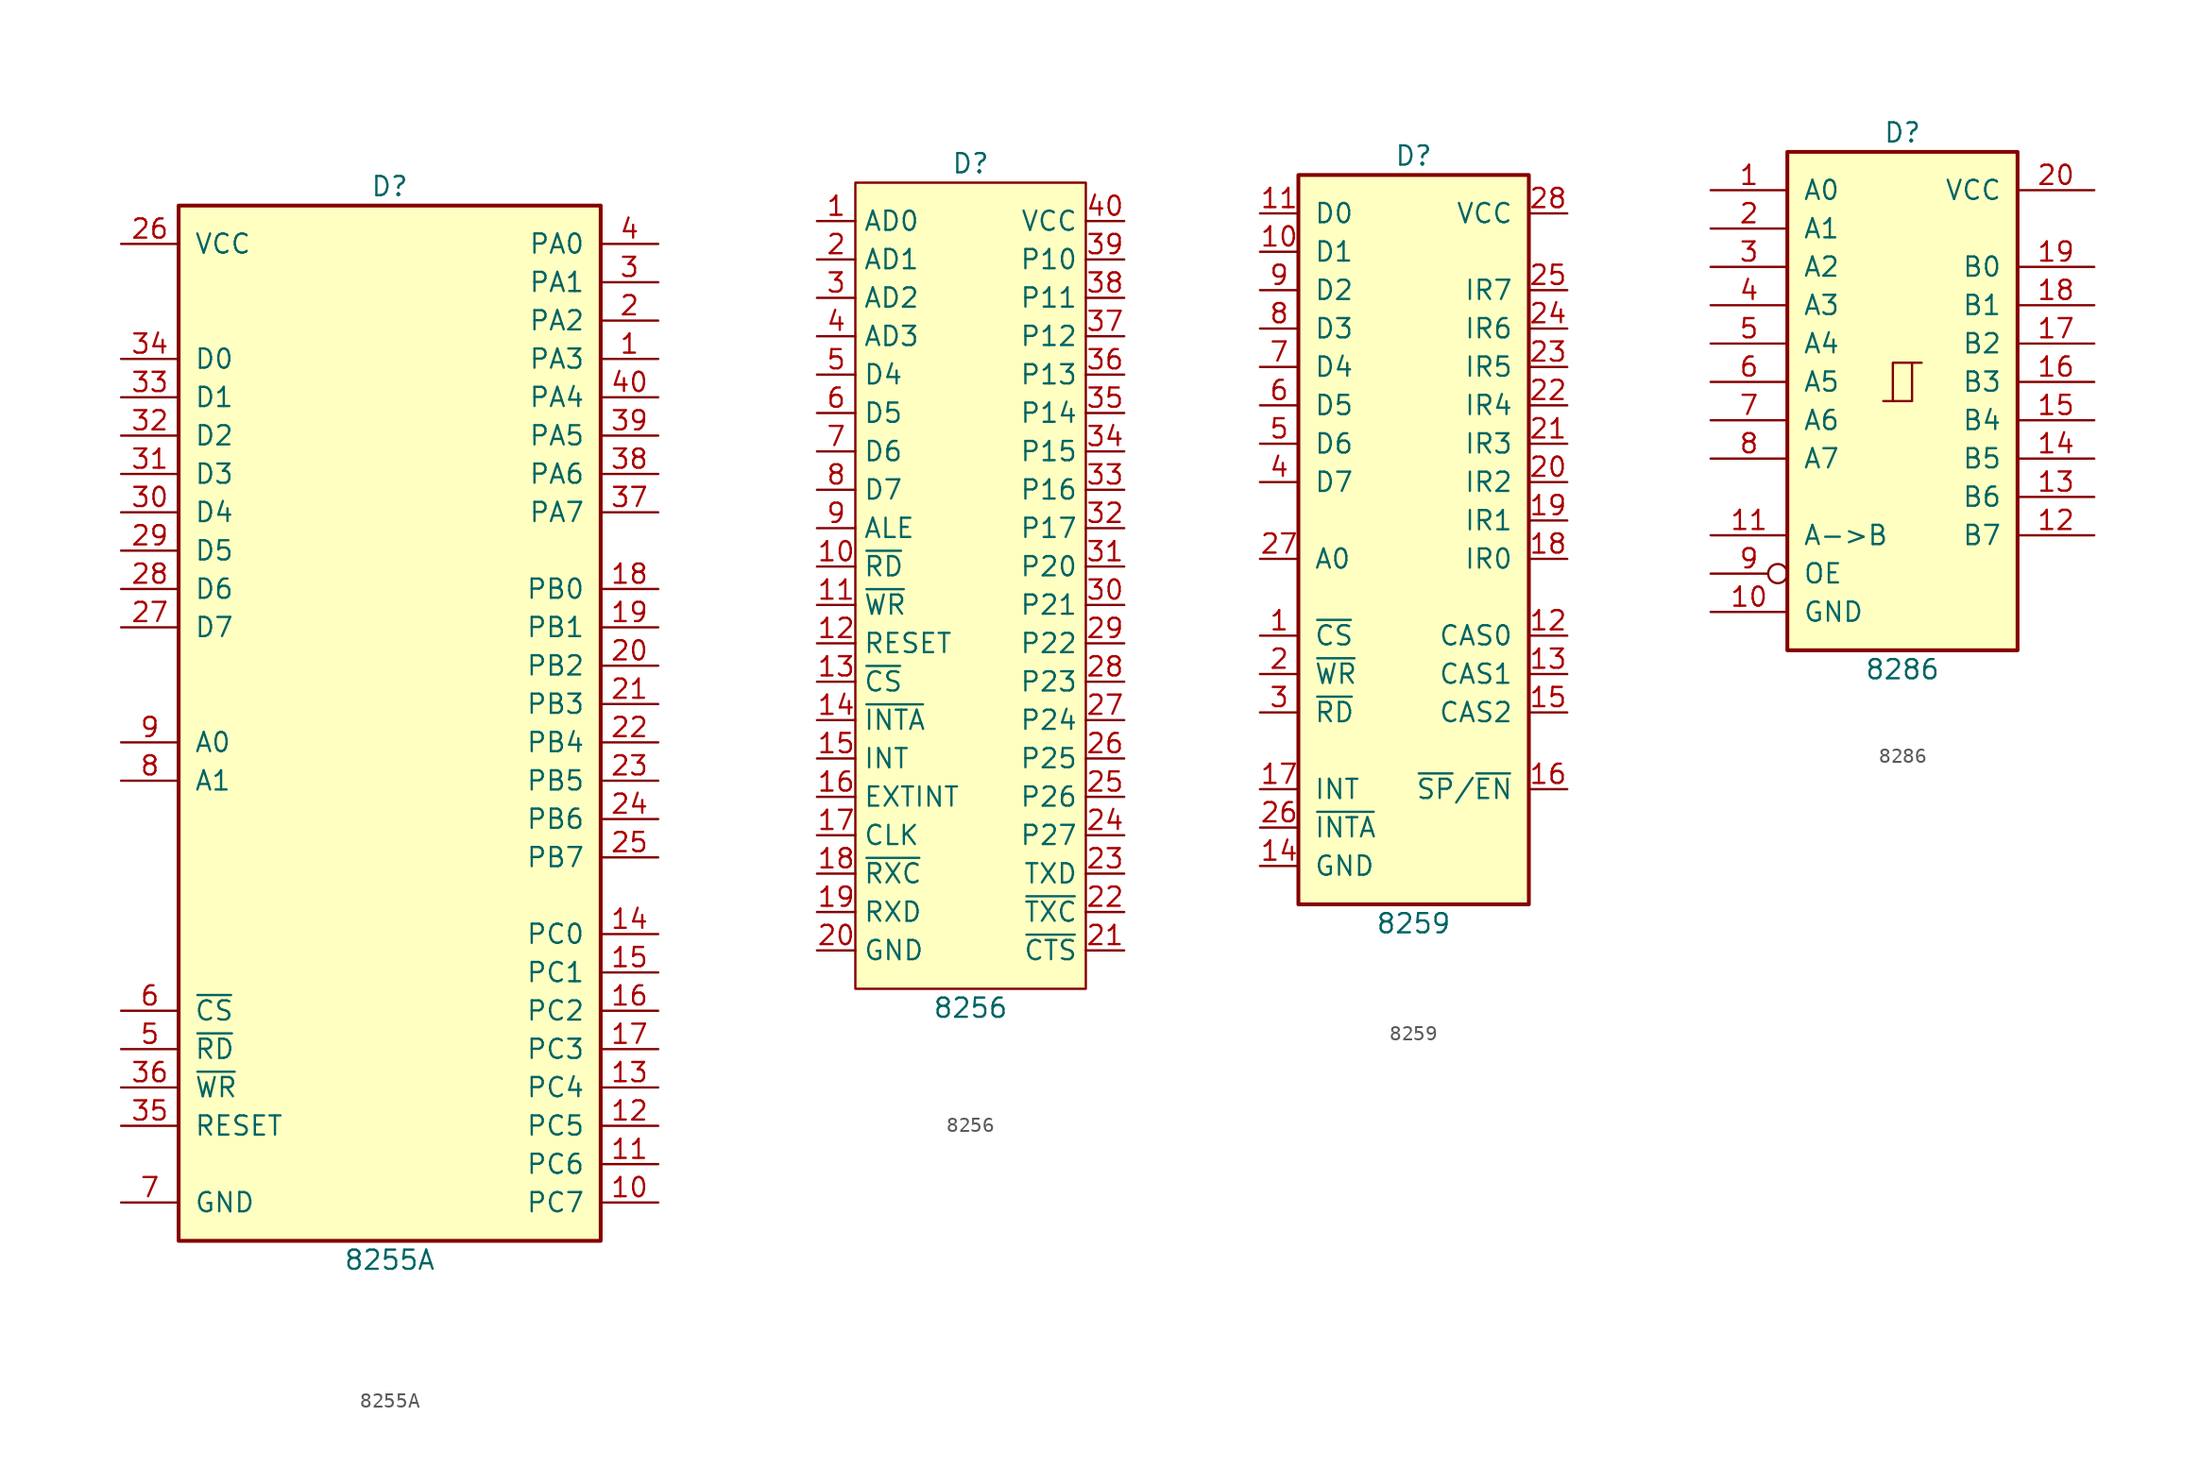
<source format=kicad_sym>
(kicad_symbol_lib
  (version 20241209)
  (generator "kicad_symbol_editor")
  (generator_version "9.0")
  (symbol "8255A"
    (pin_names
      (offset 1.016))
    (property "Reference" "D"
      (at 0 34.29 0)
      (do_not_autoplace)
      (effects (font (size 1.27 1.27))))
    (property "Value" "8255A"
      (at 0 -36.83 0)
      (do_not_autoplace)
      (effects (font (size 1.27 1.27))))
    (symbol "8255A_1_1"
      (rectangle (start -13.97 33.02) (end 13.97 -35.56) (stroke (width 0.254) (type default)) (fill (type background)))
      (pin power_in line (at -17.78 30.48 0) (length 3.81) (name "VCC" (effects (font (size 1.27 1.27)))) (number "26" (effects (font (size 1.27 1.27)))))
      (pin bidirectional line (at -17.78 22.86 0) (length 3.81) (name "D0" (effects (font (size 1.27 1.27)))) (number "34" (effects (font (size 1.27 1.27)))))
      (pin bidirectional line (at -17.78 20.32 0) (length 3.81) (name "D1" (effects (font (size 1.27 1.27)))) (number "33" (effects (font (size 1.27 1.27)))))
      (pin bidirectional line (at -17.78 17.78 0) (length 3.81) (name "D2" (effects (font (size 1.27 1.27)))) (number "32" (effects (font (size 1.27 1.27)))))
      (pin bidirectional line (at -17.78 15.24 0) (length 3.81) (name "D3" (effects (font (size 1.27 1.27)))) (number "31" (effects (font (size 1.27 1.27)))))
      (pin bidirectional line (at -17.78 12.7 0) (length 3.81) (name "D4" (effects (font (size 1.27 1.27)))) (number "30" (effects (font (size 1.27 1.27)))))
      (pin bidirectional line (at -17.78 10.16 0) (length 3.81) (name "D5" (effects (font (size 1.27 1.27)))) (number "29" (effects (font (size 1.27 1.27)))))
      (pin bidirectional line (at -17.78 7.62 0) (length 3.81) (name "D6" (effects (font (size 1.27 1.27)))) (number "28" (effects (font (size 1.27 1.27)))))
      (pin bidirectional line (at -17.78 5.08 0) (length 3.81) (name "D7" (effects (font (size 1.27 1.27)))) (number "27" (effects (font (size 1.27 1.27)))))
      (pin input line (at -17.78 -2.54 0) (length 3.81) (name "A0" (effects (font (size 1.27 1.27)))) (number "9" (effects (font (size 1.27 1.27)))))
      (pin input line (at -17.78 -5.08 0) (length 3.81) (name "A1" (effects (font (size 1.27 1.27)))) (number "8" (effects (font (size 1.27 1.27)))))
      (pin input line (at -17.78 -20.32 0) (length 3.81) (name "~{CS}" (effects (font (size 1.27 1.27)))) (number "6" (effects (font (size 1.27 1.27)))))
      (pin input line (at -17.78 -22.86 0) (length 3.81) (name "~{RD}" (effects (font (size 1.27 1.27)))) (number "5" (effects (font (size 1.27 1.27)))))
      (pin input line (at -17.78 -25.4 0) (length 3.81) (name "~{WR}" (effects (font (size 1.27 1.27)))) (number "36" (effects (font (size 1.27 1.27)))))
      (pin input line (at -17.78 -27.94 0) (length 3.81) (name "RESET" (effects (font (size 1.27 1.27)))) (number "35" (effects (font (size 1.27 1.27)))))
      (pin power_in line (at -17.78 -33.02 0) (length 3.81) (name "GND" (effects (font (size 1.27 1.27)))) (number "7" (effects (font (size 1.27 1.27)))))
      (pin bidirectional line (at 17.78 30.48 180) (length 3.81) (name "PA0" (effects (font (size 1.27 1.27)))) (number "4" (effects (font (size 1.27 1.27)))))
      (pin bidirectional line (at 17.78 27.94 180) (length 3.81) (name "PA1" (effects (font (size 1.27 1.27)))) (number "3" (effects (font (size 1.27 1.27)))))
      (pin bidirectional line (at 17.78 25.4 180) (length 3.81) (name "PA2" (effects (font (size 1.27 1.27)))) (number "2" (effects (font (size 1.27 1.27)))))
      (pin bidirectional line (at 17.78 22.86 180) (length 3.81) (name "PA3" (effects (font (size 1.27 1.27)))) (number "1" (effects (font (size 1.27 1.27)))))
      (pin bidirectional line (at 17.78 20.32 180) (length 3.81) (name "PA4" (effects (font (size 1.27 1.27)))) (number "40" (effects (font (size 1.27 1.27)))))
      (pin bidirectional line (at 17.78 17.78 180) (length 3.81) (name "PA5" (effects (font (size 1.27 1.27)))) (number "39" (effects (font (size 1.27 1.27)))))
      (pin bidirectional line (at 17.78 15.24 180) (length 3.81) (name "PA6" (effects (font (size 1.27 1.27)))) (number "38" (effects (font (size 1.27 1.27)))))
      (pin bidirectional line (at 17.78 12.7 180) (length 3.81) (name "PA7" (effects (font (size 1.27 1.27)))) (number "37" (effects (font (size 1.27 1.27)))))
      (pin bidirectional line (at 17.78 7.62 180) (length 3.81) (name "PB0" (effects (font (size 1.27 1.27)))) (number "18" (effects (font (size 1.27 1.27)))))
      (pin bidirectional line (at 17.78 5.08 180) (length 3.81) (name "PB1" (effects (font (size 1.27 1.27)))) (number "19" (effects (font (size 1.27 1.27)))))
      (pin bidirectional line (at 17.78 2.54 180) (length 3.81) (name "PB2" (effects (font (size 1.27 1.27)))) (number "20" (effects (font (size 1.27 1.27)))))
      (pin bidirectional line (at 17.78 0 180) (length 3.81) (name "PB3" (effects (font (size 1.27 1.27)))) (number "21" (effects (font (size 1.27 1.27)))))
      (pin bidirectional line (at 17.78 -2.54 180) (length 3.81) (name "PB4" (effects (font (size 1.27 1.27)))) (number "22" (effects (font (size 1.27 1.27)))))
      (pin bidirectional line (at 17.78 -5.08 180) (length 3.81) (name "PB5" (effects (font (size 1.27 1.27)))) (number "23" (effects (font (size 1.27 1.27)))))
      (pin bidirectional line (at 17.78 -7.62 180) (length 3.81) (name "PB6" (effects (font (size 1.27 1.27)))) (number "24" (effects (font (size 1.27 1.27)))))
      (pin bidirectional line (at 17.78 -10.16 180) (length 3.81) (name "PB7" (effects (font (size 1.27 1.27)))) (number "25" (effects (font (size 1.27 1.27)))))
      (pin bidirectional line (at 17.78 -15.24 180) (length 3.81) (name "PC0" (effects (font (size 1.27 1.27)))) (number "14" (effects (font (size 1.27 1.27)))))
      (pin bidirectional line (at 17.78 -17.78 180) (length 3.81) (name "PC1" (effects (font (size 1.27 1.27)))) (number "15" (effects (font (size 1.27 1.27)))))
      (pin bidirectional line (at 17.78 -20.32 180) (length 3.81) (name "PC2" (effects (font (size 1.27 1.27)))) (number "16" (effects (font (size 1.27 1.27)))))
      (pin bidirectional line (at 17.78 -22.86 180) (length 3.81) (name "PC3" (effects (font (size 1.27 1.27)))) (number "17" (effects (font (size 1.27 1.27)))))
      (pin bidirectional line (at 17.78 -25.4 180) (length 3.81) (name "PC4" (effects (font (size 1.27 1.27)))) (number "13" (effects (font (size 1.27 1.27)))))
      (pin bidirectional line (at 17.78 -27.94 180) (length 3.81) (name "PC5" (effects (font (size 1.27 1.27)))) (number "12" (effects (font (size 1.27 1.27)))))
      (pin bidirectional line (at 17.78 -30.48 180) (length 3.81) (name "PC6" (effects (font (size 1.27 1.27)))) (number "11" (effects (font (size 1.27 1.27)))))
      (pin bidirectional line (at 17.78 -33.02 180) (length 3.81) (name "PC7" (effects (font (size 1.27 1.27)))) (number "10" (effects (font (size 1.27 1.27)))))))
  (symbol "8256"
    (property "Reference" "D"
      (at 0 1.27 0)
      (do_not_autoplace)
      (effects (font (size 1.27 1.27))))
    (property "Value" "8256"
      (at 0 -54.61 0)
      (do_not_autoplace)
      (effects (font (size 1.27 1.27))))
    (symbol "8256_0_0"
      (pin bidirectional line (at -10.16 -2.54 0) (length 2.54) (name "AD0" (effects (font (size 1.27 1.27)))) (number "1" (effects (font (size 1.27 1.27)))))
      (pin bidirectional line (at -10.16 -5.08 0) (length 2.54) (name "AD1" (effects (font (size 1.27 1.27)))) (number "2" (effects (font (size 1.27 1.27)))))
      (pin bidirectional line (at -10.16 -7.62 0) (length 2.54) (name "AD2" (effects (font (size 1.27 1.27)))) (number "3" (effects (font (size 1.27 1.27)))))
      (pin bidirectional line (at -10.16 -10.16 0) (length 2.54) (name "AD3" (effects (font (size 1.27 1.27)))) (number "4" (effects (font (size 1.27 1.27)))))
      (pin bidirectional line (at -10.16 -12.7 0) (length 2.54) (name "D4" (effects (font (size 1.27 1.27)))) (number "5" (effects (font (size 1.27 1.27)))))
      (pin bidirectional line (at -10.16 -15.24 0) (length 2.54) (name "D5" (effects (font (size 1.27 1.27)))) (number "6" (effects (font (size 1.27 1.27)))))
      (pin bidirectional line (at -10.16 -17.78 0) (length 2.54) (name "D6" (effects (font (size 1.27 1.27)))) (number "7" (effects (font (size 1.27 1.27)))))
      (pin bidirectional line (at -10.16 -20.32 0) (length 2.54) (name "D7" (effects (font (size 1.27 1.27)))) (number "8" (effects (font (size 1.27 1.27)))))
      (pin input line (at -10.16 -22.86 0) (length 2.54) (name "ALE" (effects (font (size 1.27 1.27)))) (number "9" (effects (font (size 1.27 1.27)))))
      (pin input line (at -10.16 -25.4 0) (length 2.54) (name "~{RD}" (effects (font (size 1.27 1.27)))) (number "10" (effects (font (size 1.27 1.27)))))
      (pin input line (at -10.16 -27.94 0) (length 2.54) (name "~{WR}" (effects (font (size 1.27 1.27)))) (number "11" (effects (font (size 1.27 1.27)))))
      (pin input line (at -10.16 -30.48 0) (length 2.54) (name "RESET" (effects (font (size 1.27 1.27)))) (number "12" (effects (font (size 1.27 1.27)))))
      (pin input line (at -10.16 -33.02 0) (length 2.54) (name "~{CS}" (effects (font (size 1.27 1.27)))) (number "13" (effects (font (size 1.27 1.27)))))
      (pin input line (at -10.16 -35.56 0) (length 2.54) (name "~{INTA}" (effects (font (size 1.27 1.27)))) (number "14" (effects (font (size 1.27 1.27)))))
      (pin output line (at -10.16 -38.1 0) (length 2.54) (name "INT" (effects (font (size 1.27 1.27)))) (number "15" (effects (font (size 1.27 1.27)))))
      (pin input line (at -10.16 -40.64 0) (length 2.54) (name "EXTINT" (effects (font (size 1.27 1.27)))) (number "16" (effects (font (size 1.27 1.27)))))
      (pin input line (at -10.16 -43.18 0) (length 2.54) (name "CLK" (effects (font (size 1.27 1.27)))) (number "17" (effects (font (size 1.27 1.27)))))
      (pin input line (at -10.16 -45.72 0) (length 2.54) (name "~{RXC}" (effects (font (size 1.27 1.27)))) (number "18" (effects (font (size 1.27 1.27)))))
      (pin input line (at -10.16 -48.26 0) (length 2.54) (name "RXD" (effects (font (size 1.27 1.27)))) (number "19" (effects (font (size 1.27 1.27)))))
      (pin power_in line (at -10.16 -50.8 0) (length 2.54) (name "GND" (effects (font (size 1.27 1.27)))) (number "20" (effects (font (size 1.27 1.27)))))
      (pin power_in line (at 10.16 -2.54 180) (length 2.54) (name "VCC" (effects (font (size 1.27 1.27)))) (number "40" (effects (font (size 1.27 1.27)))))
      (pin bidirectional line (at 10.16 -5.08 180) (length 2.54) (name "P10" (effects (font (size 1.27 1.27)))) (number "39" (effects (font (size 1.27 1.27)))))
      (pin bidirectional line (at 10.16 -7.62 180) (length 2.54) (name "P11" (effects (font (size 1.27 1.27)))) (number "38" (effects (font (size 1.27 1.27)))))
      (pin bidirectional line (at 10.16 -10.16 180) (length 2.54) (name "P12" (effects (font (size 1.27 1.27)))) (number "37" (effects (font (size 1.27 1.27)))))
      (pin bidirectional line (at 10.16 -12.7 180) (length 2.54) (name "P13" (effects (font (size 1.27 1.27)))) (number "36" (effects (font (size 1.27 1.27)))))
      (pin bidirectional line (at 10.16 -15.24 180) (length 2.54) (name "P14" (effects (font (size 1.27 1.27)))) (number "35" (effects (font (size 1.27 1.27)))))
      (pin bidirectional line (at 10.16 -17.78 180) (length 2.54) (name "P15" (effects (font (size 1.27 1.27)))) (number "34" (effects (font (size 1.27 1.27)))))
      (pin bidirectional line (at 10.16 -20.32 180) (length 2.54) (name "P16" (effects (font (size 1.27 1.27)))) (number "33" (effects (font (size 1.27 1.27)))))
      (pin bidirectional line (at 10.16 -22.86 180) (length 2.54) (name "P17" (effects (font (size 1.27 1.27)))) (number "32" (effects (font (size 1.27 1.27)))))
      (pin bidirectional line (at 10.16 -25.4 180) (length 2.54) (name "P20" (effects (font (size 1.27 1.27)))) (number "31" (effects (font (size 1.27 1.27)))))
      (pin bidirectional line (at 10.16 -27.94 180) (length 2.54) (name "P21" (effects (font (size 1.27 1.27)))) (number "30" (effects (font (size 1.27 1.27)))))
      (pin bidirectional line (at 10.16 -30.48 180) (length 2.54) (name "P22" (effects (font (size 1.27 1.27)))) (number "29" (effects (font (size 1.27 1.27)))))
      (pin bidirectional line (at 10.16 -33.02 180) (length 2.54) (name "P23" (effects (font (size 1.27 1.27)))) (number "28" (effects (font (size 1.27 1.27)))))
      (pin bidirectional line (at 10.16 -35.56 180) (length 2.54) (name "P24" (effects (font (size 1.27 1.27)))) (number "27" (effects (font (size 1.27 1.27)))))
      (pin bidirectional line (at 10.16 -38.1 180) (length 2.54) (name "P25" (effects (font (size 1.27 1.27)))) (number "26" (effects (font (size 1.27 1.27)))))
      (pin bidirectional line (at 10.16 -40.64 180) (length 2.54) (name "P26" (effects (font (size 1.27 1.27)))) (number "25" (effects (font (size 1.27 1.27)))))
      (pin bidirectional line (at 10.16 -43.18 180) (length 2.54) (name "P27" (effects (font (size 1.27 1.27)))) (number "24" (effects (font (size 1.27 1.27)))))
      (pin output line (at 10.16 -45.72 180) (length 2.54) (name "TXD" (effects (font (size 1.27 1.27)))) (number "23" (effects (font (size 1.27 1.27)))))
      (pin output line (at 10.16 -48.26 180) (length 2.54) (name "~{TXC}" (effects (font (size 1.27 1.27)))) (number "22" (effects (font (size 1.27 1.27)))))
      (pin input line (at 10.16 -50.8 180) (length 2.54) (name "~{CTS}" (effects (font (size 1.27 1.27)))) (number "21" (effects (font (size 1.27 1.27))))))
    (symbol "8256_0_1"
      (rectangle (start -7.62 0) (end 7.62 -53.34) (stroke (width 0) (type default)) (fill (type background)))))
  (symbol "8259"
    (pin_names
      (offset 1.016))
    (property "Reference" "D"
      (at 0 24.13 0)
      (do_not_autoplace)
      (effects (font (size 1.27 1.27))))
    (property "Value" "8259"
      (at 0 -26.67 0)
      (do_not_autoplace)
      (effects (font (size 1.27 1.27))))
    (symbol "8259_0_1"
      (rectangle (start -7.62 22.86) (end 7.62 -25.4) (stroke (width 0.254) (type default)) (fill (type background))))
    (symbol "8259_1_1"
      (pin bidirectional line (at -10.16 20.32 0) (length 2.54) (name "D0" (effects (font (size 1.27 1.27)))) (number "11" (effects (font (size 1.27 1.27)))))
      (pin bidirectional line (at -10.16 17.78 0) (length 2.54) (name "D1" (effects (font (size 1.27 1.27)))) (number "10" (effects (font (size 1.27 1.27)))))
      (pin bidirectional line (at -10.16 15.24 0) (length 2.54) (name "D2" (effects (font (size 1.27 1.27)))) (number "9" (effects (font (size 1.27 1.27)))))
      (pin bidirectional line (at -10.16 12.7 0) (length 2.54) (name "D3" (effects (font (size 1.27 1.27)))) (number "8" (effects (font (size 1.27 1.27)))))
      (pin bidirectional line (at -10.16 10.16 0) (length 2.54) (name "D4" (effects (font (size 1.27 1.27)))) (number "7" (effects (font (size 1.27 1.27)))))
      (pin bidirectional line (at -10.16 7.62 0) (length 2.54) (name "D5" (effects (font (size 1.27 1.27)))) (number "6" (effects (font (size 1.27 1.27)))))
      (pin bidirectional line (at -10.16 5.08 0) (length 2.54) (name "D6" (effects (font (size 1.27 1.27)))) (number "5" (effects (font (size 1.27 1.27)))))
      (pin bidirectional line (at -10.16 2.54 0) (length 2.54) (name "D7" (effects (font (size 1.27 1.27)))) (number "4" (effects (font (size 1.27 1.27)))))
      (pin input line (at -10.16 -2.54 0) (length 2.54) (name "A0" (effects (font (size 1.27 1.27)))) (number "27" (effects (font (size 1.27 1.27)))))
      (pin input line (at -10.16 -7.62 0) (length 2.54) (name "~{CS}" (effects (font (size 1.27 1.27)))) (number "1" (effects (font (size 1.27 1.27)))))
      (pin input line (at -10.16 -10.16 0) (length 2.54) (name "~{WR}" (effects (font (size 1.27 1.27)))) (number "2" (effects (font (size 1.27 1.27)))))
      (pin input line (at -10.16 -12.7 0) (length 2.54) (name "~{RD}" (effects (font (size 1.27 1.27)))) (number "3" (effects (font (size 1.27 1.27)))))
      (pin output line (at -10.16 -17.78 0) (length 2.54) (name "INT" (effects (font (size 1.27 1.27)))) (number "17" (effects (font (size 1.27 1.27)))))
      (pin input line (at -10.16 -20.32 0) (length 2.54) (name "~{INTA}" (effects (font (size 1.27 1.27)))) (number "26" (effects (font (size 1.27 1.27)))))
      (pin power_in line (at -10.16 -22.86 0) (length 2.54) (name "GND" (effects (font (size 1.27 1.27)))) (number "14" (effects (font (size 1.27 1.27)))))
      (pin power_in line (at 10.16 20.32 180) (length 2.54) (name "VCC" (effects (font (size 1.27 1.27)))) (number "28" (effects (font (size 1.27 1.27)))))
      (pin input line (at 10.16 15.24 180) (length 2.54) (name "IR7" (effects (font (size 1.27 1.27)))) (number "25" (effects (font (size 1.27 1.27)))))
      (pin input line (at 10.16 12.7 180) (length 2.54) (name "IR6" (effects (font (size 1.27 1.27)))) (number "24" (effects (font (size 1.27 1.27)))))
      (pin input line (at 10.16 10.16 180) (length 2.54) (name "IR5" (effects (font (size 1.27 1.27)))) (number "23" (effects (font (size 1.27 1.27)))))
      (pin input line (at 10.16 7.62 180) (length 2.54) (name "IR4" (effects (font (size 1.27 1.27)))) (number "22" (effects (font (size 1.27 1.27)))))
      (pin input line (at 10.16 5.08 180) (length 2.54) (name "IR3" (effects (font (size 1.27 1.27)))) (number "21" (effects (font (size 1.27 1.27)))))
      (pin input line (at 10.16 2.54 180) (length 2.54) (name "IR2" (effects (font (size 1.27 1.27)))) (number "20" (effects (font (size 1.27 1.27)))))
      (pin input line (at 10.16 0 180) (length 2.54) (name "IR1" (effects (font (size 1.27 1.27)))) (number "19" (effects (font (size 1.27 1.27)))))
      (pin input line (at 10.16 -2.54 180) (length 2.54) (name "IR0" (effects (font (size 1.27 1.27)))) (number "18" (effects (font (size 1.27 1.27)))))
      (pin input line (at 10.16 -7.62 180) (length 2.54) (name "CAS0" (effects (font (size 1.27 1.27)))) (number "12" (effects (font (size 1.27 1.27)))))
      (pin output line (at 10.16 -10.16 180) (length 2.54) (name "CAS1" (effects (font (size 1.27 1.27)))) (number "13" (effects (font (size 1.27 1.27)))))
      (pin output line (at 10.16 -12.7 180) (length 2.54) (name "CAS2" (effects (font (size 1.27 1.27)))) (number "15" (effects (font (size 1.27 1.27)))))
      (pin bidirectional line (at 10.16 -17.78 180) (length 2.54) (name "~{SP}/~{EN}" (effects (font (size 1.27 1.27)))) (number "16" (effects (font (size 1.27 1.27)))))))
  (symbol "8286"
    (pin_names
      (offset 1.016))
    (property "Reference" "D"
      (at 0 16.51 0)
      (do_not_autoplace)
      (effects (font (size 1.27 1.27))))
    (property "Value" "8286"
      (at 0 -19.05 0)
      (do_not_autoplace)
      (effects (font (size 1.27 1.27))))
    (symbol "8286_1_0"
      (polyline (pts (xy -1.27 -1.27) (xy 0.635 -1.27) (xy 0.635 1.27) (xy 1.27 1.27)) (stroke (width 0) (type default)) (fill (type none)))
      (polyline (pts (xy -0.635 -1.27) (xy -0.635 1.27) (xy 0.635 1.27)) (stroke (width 0) (type default)) (fill (type none)))
      (pin bidirectional line (at -12.7 12.7 0) (length 5.08) (name "A0" (effects (font (size 1.27 1.27)))) (number "1" (effects (font (size 1.27 1.27)))))
      (pin bidirectional line (at -12.7 10.16 0) (length 5.08) (name "A1" (effects (font (size 1.27 1.27)))) (number "2" (effects (font (size 1.27 1.27)))))
      (pin bidirectional line (at -12.7 7.62 0) (length 5.08) (name "A2" (effects (font (size 1.27 1.27)))) (number "3" (effects (font (size 1.27 1.27)))))
      (pin bidirectional line (at -12.7 5.08 0) (length 5.08) (name "A3" (effects (font (size 1.27 1.27)))) (number "4" (effects (font (size 1.27 1.27)))))
      (pin bidirectional line (at -12.7 2.54 0) (length 5.08) (name "A4" (effects (font (size 1.27 1.27)))) (number "5" (effects (font (size 1.27 1.27)))))
      (pin bidirectional line (at -12.7 0 0) (length 5.08) (name "A5" (effects (font (size 1.27 1.27)))) (number "6" (effects (font (size 1.27 1.27)))))
      (pin bidirectional line (at -12.7 -2.54 0) (length 5.08) (name "A6" (effects (font (size 1.27 1.27)))) (number "7" (effects (font (size 1.27 1.27)))))
      (pin bidirectional line (at -12.7 -5.08 0) (length 5.08) (name "A7" (effects (font (size 1.27 1.27)))) (number "8" (effects (font (size 1.27 1.27)))))
      (pin input line (at -12.7 -10.16 0) (length 5.08) (name "A->B" (effects (font (size 1.27 1.27)))) (number "11" (effects (font (size 1.27 1.27)))))
      (pin input inverted (at -12.7 -12.7 0) (length 5.08) (name "OE" (effects (font (size 1.27 1.27)))) (number "9" (effects (font (size 1.27 1.27)))))
      (pin power_in line (at -12.7 -15.24 0) (length 5.08) (name "GND" (effects (font (size 1.27 1.27)))) (number "10" (effects (font (size 1.27 1.27)))))
      (pin power_in line (at 12.7 12.7 180) (length 5.08) (name "VCC" (effects (font (size 1.27 1.27)))) (number "20" (effects (font (size 1.27 1.27)))))
      (pin bidirectional line (at 12.7 7.62 180) (length 5.08) (name "B0" (effects (font (size 1.27 1.27)))) (number "19" (effects (font (size 1.27 1.27)))))
      (pin bidirectional line (at 12.7 5.08 180) (length 5.08) (name "B1" (effects (font (size 1.27 1.27)))) (number "18" (effects (font (size 1.27 1.27)))))
      (pin bidirectional line (at 12.7 2.54 180) (length 5.08) (name "B2" (effects (font (size 1.27 1.27)))) (number "17" (effects (font (size 1.27 1.27)))))
      (pin bidirectional line (at 12.7 0 180) (length 5.08) (name "B3" (effects (font (size 1.27 1.27)))) (number "16" (effects (font (size 1.27 1.27)))))
      (pin bidirectional line (at 12.7 -2.54 180) (length 5.08) (name "B4" (effects (font (size 1.27 1.27)))) (number "15" (effects (font (size 1.27 1.27)))))
      (pin bidirectional line (at 12.7 -5.08 180) (length 5.08) (name "B5" (effects (font (size 1.27 1.27)))) (number "14" (effects (font (size 1.27 1.27)))))
      (pin bidirectional line (at 12.7 -7.62 180) (length 5.08) (name "B6" (effects (font (size 1.27 1.27)))) (number "13" (effects (font (size 1.27 1.27)))))
      (pin bidirectional line (at 12.7 -10.16 180) (length 5.08) (name "B7" (effects (font (size 1.27 1.27)))) (number "12" (effects (font (size 1.27 1.27))))))
    (symbol "8286_1_1"
      (rectangle (start -7.62 15.24) (end 7.62 -17.78) (stroke (width 0.254) (type default)) (fill (type background))))))
</source>
